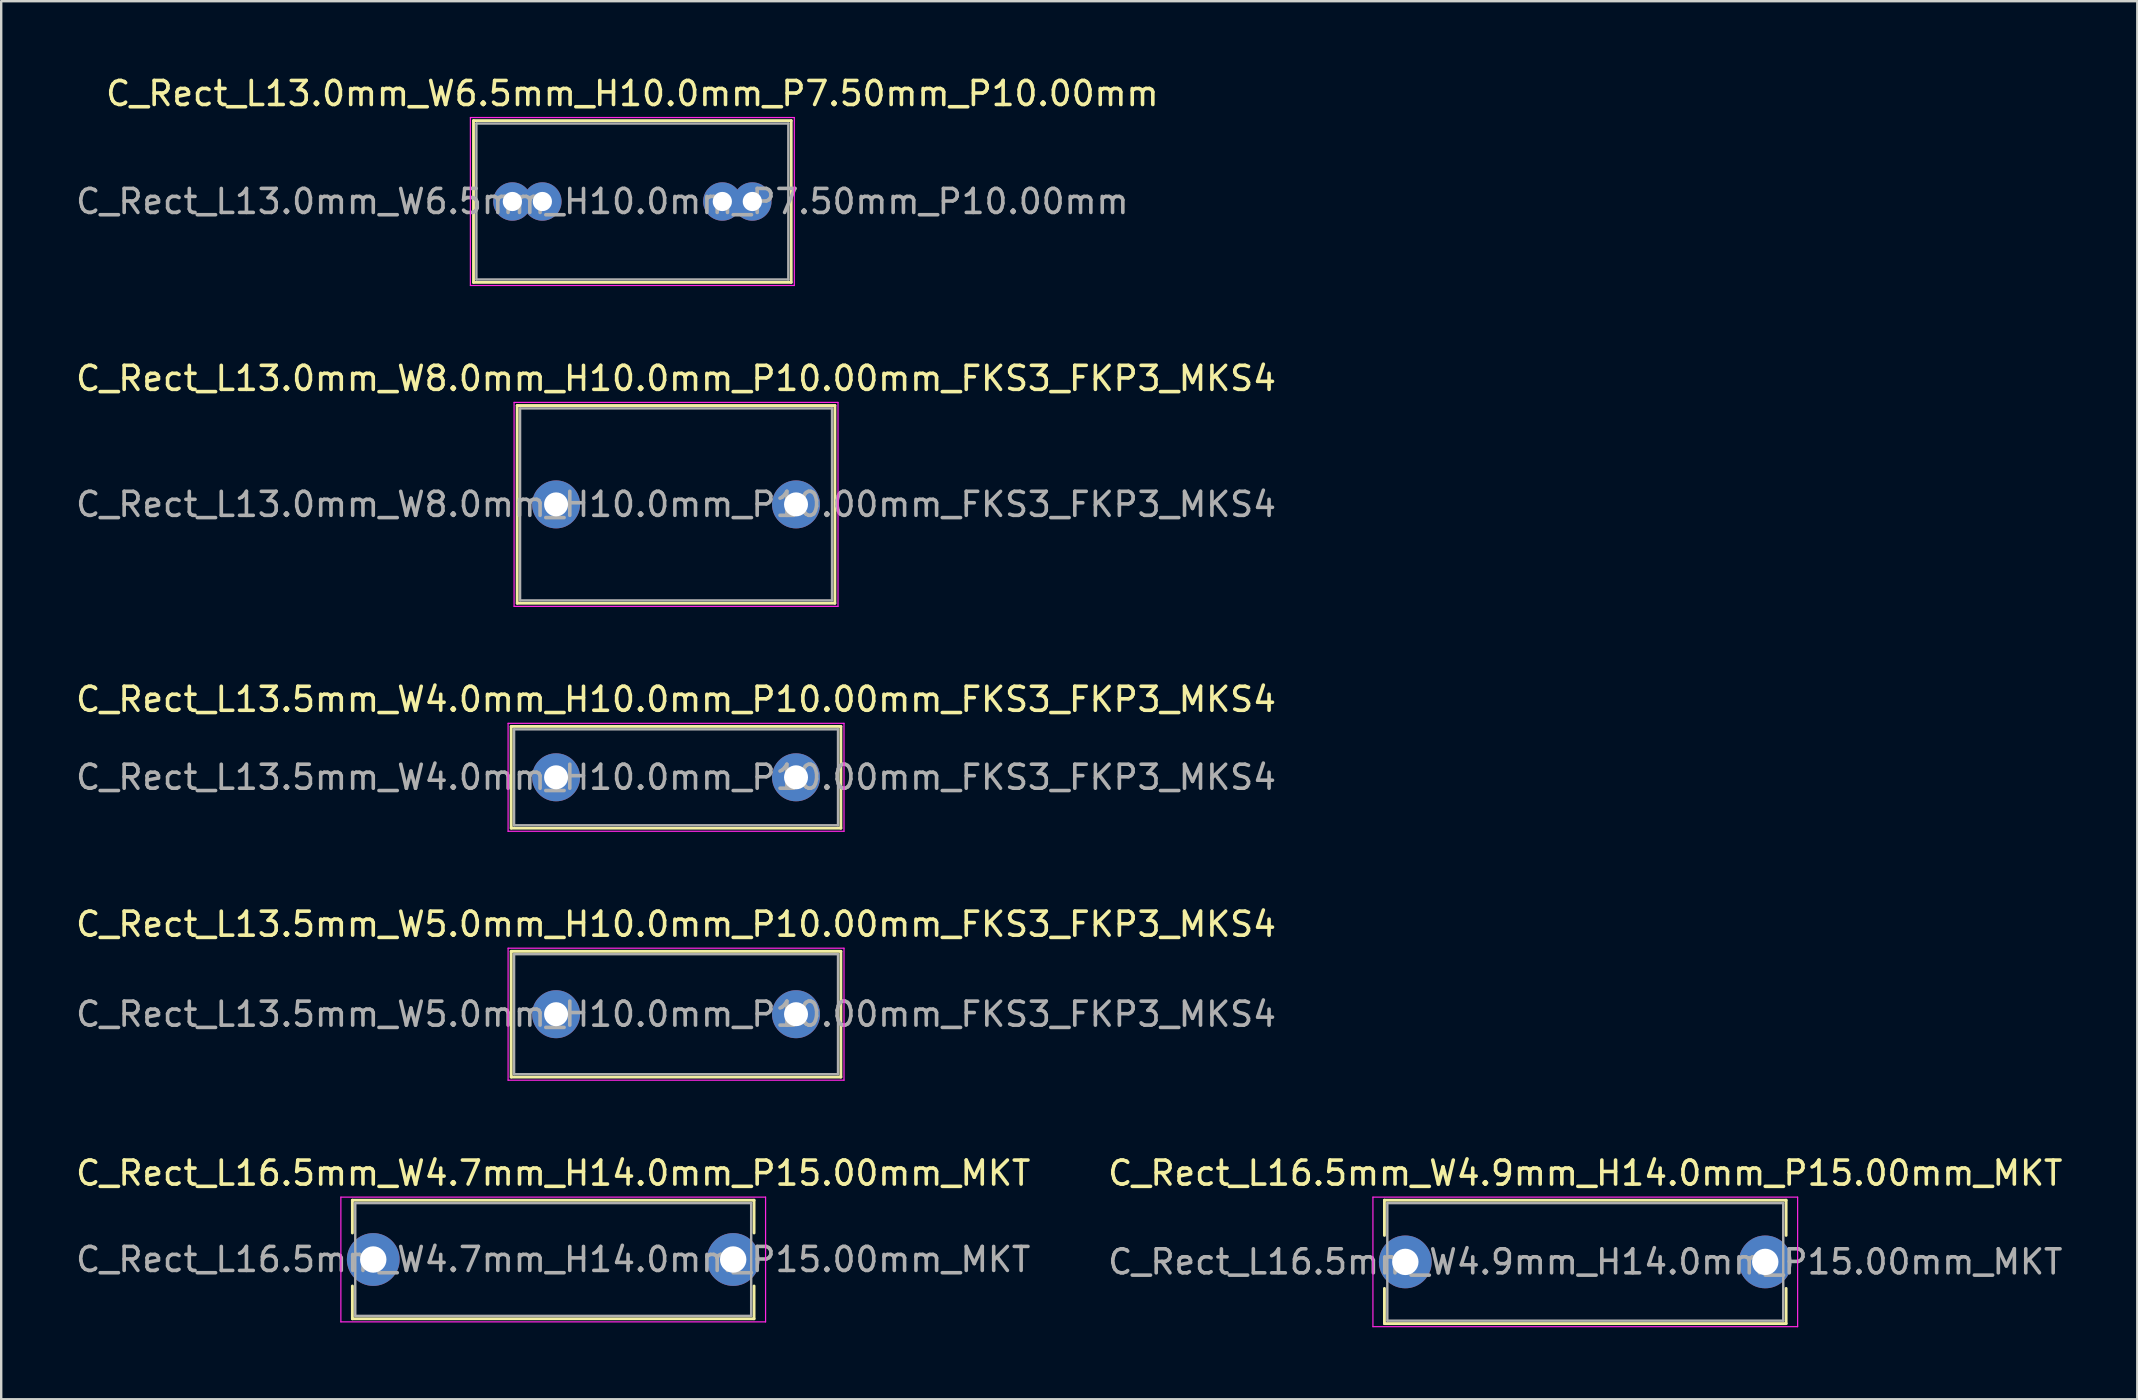
<source format=kicad_pcb>
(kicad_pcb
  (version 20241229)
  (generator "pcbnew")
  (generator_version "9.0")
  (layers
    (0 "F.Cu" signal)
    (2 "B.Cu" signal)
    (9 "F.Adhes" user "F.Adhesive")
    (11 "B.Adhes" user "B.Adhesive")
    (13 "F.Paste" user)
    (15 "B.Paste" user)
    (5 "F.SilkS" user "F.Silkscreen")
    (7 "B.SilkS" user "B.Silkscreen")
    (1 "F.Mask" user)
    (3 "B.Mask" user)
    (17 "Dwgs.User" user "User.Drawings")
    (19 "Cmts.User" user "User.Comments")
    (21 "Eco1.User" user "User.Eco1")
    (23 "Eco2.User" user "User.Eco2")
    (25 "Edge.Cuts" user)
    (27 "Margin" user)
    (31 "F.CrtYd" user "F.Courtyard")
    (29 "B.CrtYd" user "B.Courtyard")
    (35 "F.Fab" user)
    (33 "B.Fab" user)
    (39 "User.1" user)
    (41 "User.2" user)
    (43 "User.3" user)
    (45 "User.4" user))
  (footprint "C_Rect_L16.5mm_W4.9mm_H14.0mm_P15.00mm_MKT"
    (layer "F.Cu")
    (at 55.518 49.541)
    (property "Reference" "C_Rect_L16.5mm_W4.9mm_H14.0mm_P15.00mm_MKT" (at 7.5 -3.7 0) (layer "F.SilkS") (effects (font (size 1 1) (thickness 0.15))))
    (attr through_hole)
    (fp_line (start -0.87 -2.571) (end -0.87 -1.104) (stroke (width 0.12) (type solid)) (layer "F.SilkS"))
    (fp_line (start -0.87 -2.571) (end 15.87 -2.571) (stroke (width 0.12) (type solid)) (layer "F.SilkS"))
    (fp_line (start -0.87 1.104) (end -0.87 2.571) (stroke (width 0.12) (type solid)) (layer "F.SilkS"))
    (fp_line (start -0.87 2.571) (end 15.87 2.571) (stroke (width 0.12) (type solid)) (layer "F.SilkS"))
    (fp_line (start 15.87 -2.571) (end 15.87 -1.104) (stroke (width 0.12) (type solid)) (layer "F.SilkS"))
    (fp_line (start 15.87 1.104) (end 15.87 2.571) (stroke (width 0.12) (type solid)) (layer "F.SilkS"))
    (fp_line (start -1.35 -2.7) (end -1.35 2.7) (stroke (width 0.05) (type solid)) (layer "F.CrtYd"))
    (fp_line (start -1.35 2.7) (end 16.35 2.7) (stroke (width 0.05) (type solid)) (layer "F.CrtYd"))
    (fp_line (start 16.35 -2.7) (end -1.35 -2.7) (stroke (width 0.05) (type solid)) (layer "F.CrtYd"))
    (fp_line (start 16.35 2.7) (end 16.35 -2.7) (stroke (width 0.05) (type solid)) (layer "F.CrtYd"))
    (fp_line (start -0.75 -2.45) (end -0.75 2.45) (stroke (width 0.1) (type solid)) (layer "F.Fab"))
    (fp_line (start -0.75 2.45) (end 15.75 2.45) (stroke (width 0.1) (type solid)) (layer "F.Fab"))
    (fp_line (start 15.75 -2.45) (end -0.75 -2.45) (stroke (width 0.1) (type solid)) (layer "F.Fab"))
    (fp_line (start 15.75 2.45) (end 15.75 -2.45) (stroke (width 0.1) (type solid)) (layer "F.Fab"))
    (fp_text user "${REFERENCE}" (at 7.5 0 0) (layer "F.Fab") (effects (font (size 1 1) (thickness 0.15))))
    (pad "1" thru_hole circle (at 0 0) (size 2.2 2.2) (drill 1.1) (layers "*.Cu" "*.Mask"))
    (pad "2" thru_hole circle (at 15 0) (size 2.2 2.2) (drill 1.1) (layers "*.Cu" "*.Mask")))
  (footprint "C_Rect_L16.5mm_W4.7mm_H14.0mm_P15.00mm_MKT"
    (layer "F.Cu")
    (at 12.506 49.441)
    (property "Reference" "C_Rect_L16.5mm_W4.7mm_H14.0mm_P15.00mm_MKT" (at 7.5 -3.6 0) (layer "F.SilkS") (effects (font (size 1 1) (thickness 0.15))))
    (attr through_hole)
    (fp_line (start -0.87 -2.47) (end -0.87 -1.104) (stroke (width 0.12) (type solid)) (layer "F.SilkS"))
    (fp_line (start -0.87 -2.47) (end 15.87 -2.47) (stroke (width 0.12) (type solid)) (layer "F.SilkS"))
    (fp_line (start -0.87 1.104) (end -0.87 2.47) (stroke (width 0.12) (type solid)) (layer "F.SilkS"))
    (fp_line (start -0.87 2.47) (end 15.87 2.47) (stroke (width 0.12) (type solid)) (layer "F.SilkS"))
    (fp_line (start 15.87 -2.47) (end 15.87 -1.104) (stroke (width 0.12) (type solid)) (layer "F.SilkS"))
    (fp_line (start 15.87 1.104) (end 15.87 2.47) (stroke (width 0.12) (type solid)) (layer "F.SilkS"))
    (fp_line (start -1.35 -2.6) (end -1.35 2.6) (stroke (width 0.05) (type solid)) (layer "F.CrtYd"))
    (fp_line (start -1.35 2.6) (end 16.35 2.6) (stroke (width 0.05) (type solid)) (layer "F.CrtYd"))
    (fp_line (start 16.35 -2.6) (end -1.35 -2.6) (stroke (width 0.05) (type solid)) (layer "F.CrtYd"))
    (fp_line (start 16.35 2.6) (end 16.35 -2.6) (stroke (width 0.05) (type solid)) (layer "F.CrtYd"))
    (fp_line (start -0.75 -2.35) (end -0.75 2.35) (stroke (width 0.1) (type solid)) (layer "F.Fab"))
    (fp_line (start -0.75 2.35) (end 15.75 2.35) (stroke (width 0.1) (type solid)) (layer "F.Fab"))
    (fp_line (start 15.75 -2.35) (end -0.75 -2.35) (stroke (width 0.1) (type solid)) (layer "F.Fab"))
    (fp_line (start 15.75 2.35) (end 15.75 -2.35) (stroke (width 0.1) (type solid)) (layer "F.Fab"))
    (fp_text user "${REFERENCE}" (at 7.5 0 0) (layer "F.Fab") (effects (font (size 1 1) (thickness 0.15))))
    (pad "1" thru_hole circle (at 0 0) (size 2.2 2.2) (drill 1.1) (layers "*.Cu" "*.Mask"))
    (pad "2" thru_hole circle (at 15 0) (size 2.2 2.2) (drill 1.1) (layers "*.Cu" "*.Mask")))
  (footprint "C_Rect_L13.0mm_W6.5mm_H10.0mm_P7.50mm_P10.00mm"
    (layer "F.Cu")
    (at 18.304 5.348)
    (property "Reference" "C_Rect_L13.0mm_W6.5mm_H10.0mm_P7.50mm_P10.00mm" (at 5 -4.5 0) (layer "F.SilkS") (effects (font (size 1 1) (thickness 0.15))))
    (attr through_hole)
    (fp_line (start -1.62 -3.37) (end -1.62 3.37) (stroke (width 0.12) (type solid)) (layer "F.SilkS"))
    (fp_line (start -1.62 -3.37) (end 11.62 -3.37) (stroke (width 0.12) (type solid)) (layer "F.SilkS"))
    (fp_line (start -1.62 3.37) (end 11.62 3.37) (stroke (width 0.12) (type solid)) (layer "F.SilkS"))
    (fp_line (start 11.62 -3.37) (end 11.62 3.37) (stroke (width 0.12) (type solid)) (layer "F.SilkS"))
    (fp_line (start -1.75 -3.5) (end -1.75 3.5) (stroke (width 0.05) (type solid)) (layer "F.CrtYd"))
    (fp_line (start -1.75 3.5) (end 11.75 3.5) (stroke (width 0.05) (type solid)) (layer "F.CrtYd"))
    (fp_line (start 11.75 -3.5) (end -1.75 -3.5) (stroke (width 0.05) (type solid)) (layer "F.CrtYd"))
    (fp_line (start 11.75 3.5) (end 11.75 -3.5) (stroke (width 0.05) (type solid)) (layer "F.CrtYd"))
    (fp_line (start -1.5 -3.25) (end -1.5 3.25) (stroke (width 0.1) (type solid)) (layer "F.Fab"))
    (fp_line (start -1.5 3.25) (end 11.5 3.25) (stroke (width 0.1) (type solid)) (layer "F.Fab"))
    (fp_line (start 11.5 -3.25) (end -1.5 -3.25) (stroke (width 0.1) (type solid)) (layer "F.Fab"))
    (fp_line (start 11.5 3.25) (end 11.5 -3.25) (stroke (width 0.1) (type solid)) (layer "F.Fab"))
    (fp_text user "${REFERENCE}" (at 3.75 0 0) (layer "F.Fab") (effects (font (size 1 1) (thickness 0.15))))
    (pad "1" thru_hole circle (at 0 0) (size 1.6 1.6) (drill 0.8) (layers "*.Cu" "*.Mask"))
    (pad "1" thru_hole circle (at 1.25 0) (size 1.6 1.6) (drill 0.8) (layers "*.Cu" "*.Mask"))
    (pad "2" thru_hole circle (at 8.75 0) (size 1.6 1.6) (drill 0.8) (layers "*.Cu" "*.Mask"))
    (pad "2" thru_hole circle (at 10 0) (size 1.6 1.6) (drill 0.8) (layers "*.Cu" "*.Mask")))
  (footprint "C_Rect_L13.5mm_W5.0mm_H10.0mm_P10.00mm_FKS3_FKP3_MKS4"
    (layer "F.Cu")
    (at 20.125 39.218)
    (property "Reference" "C_Rect_L13.5mm_W5.0mm_H10.0mm_P10.00mm_FKS3_FKP3_MKS4" (at 5 -3.75 0) (layer "F.SilkS") (effects (font (size 1 1) (thickness 0.15))))
    (attr through_hole)
    (fp_line (start -1.87 -2.62) (end -1.87 2.62) (stroke (width 0.12) (type solid)) (layer "F.SilkS"))
    (fp_line (start -1.87 -2.62) (end 11.87 -2.62) (stroke (width 0.12) (type solid)) (layer "F.SilkS"))
    (fp_line (start -1.87 2.62) (end 11.87 2.62) (stroke (width 0.12) (type solid)) (layer "F.SilkS"))
    (fp_line (start 11.87 -2.62) (end 11.87 2.62) (stroke (width 0.12) (type solid)) (layer "F.SilkS"))
    (fp_line (start -2 -2.75) (end -2 2.75) (stroke (width 0.05) (type solid)) (layer "F.CrtYd"))
    (fp_line (start -2 2.75) (end 12 2.75) (stroke (width 0.05) (type solid)) (layer "F.CrtYd"))
    (fp_line (start 12 -2.75) (end -2 -2.75) (stroke (width 0.05) (type solid)) (layer "F.CrtYd"))
    (fp_line (start 12 2.75) (end 12 -2.75) (stroke (width 0.05) (type solid)) (layer "F.CrtYd"))
    (fp_line (start -1.75 -2.5) (end -1.75 2.5) (stroke (width 0.1) (type solid)) (layer "F.Fab"))
    (fp_line (start -1.75 2.5) (end 11.75 2.5) (stroke (width 0.1) (type solid)) (layer "F.Fab"))
    (fp_line (start 11.75 -2.5) (end -1.75 -2.5) (stroke (width 0.1) (type solid)) (layer "F.Fab"))
    (fp_line (start 11.75 2.5) (end 11.75 -2.5) (stroke (width 0.1) (type solid)) (layer "F.Fab"))
    (fp_text user "${REFERENCE}" (at 5 0 0) (layer "F.Fab") (effects (font (size 1 1) (thickness 0.15))))
    (pad "1" thru_hole circle (at 0 0) (size 2 2) (drill 1) (layers "*.Cu" "*.Mask"))
    (pad "2" thru_hole circle (at 10 0) (size 2 2) (drill 1) (layers "*.Cu" "*.Mask")))
  (footprint "C_Rect_L13.5mm_W4.0mm_H10.0mm_P10.00mm_FKS3_FKP3_MKS4"
    (layer "F.Cu")
    (at 20.125 29.345)
    (property "Reference" "C_Rect_L13.5mm_W4.0mm_H10.0mm_P10.00mm_FKS3_FKP3_MKS4" (at 5 -3.25 0) (layer "F.SilkS") (effects (font (size 1 1) (thickness 0.15))))
    (attr through_hole)
    (fp_line (start -1.87 -2.12) (end -1.87 2.12) (stroke (width 0.12) (type solid)) (layer "F.SilkS"))
    (fp_line (start -1.87 -2.12) (end 11.87 -2.12) (stroke (width 0.12) (type solid)) (layer "F.SilkS"))
    (fp_line (start -1.87 2.12) (end 11.87 2.12) (stroke (width 0.12) (type solid)) (layer "F.SilkS"))
    (fp_line (start 11.87 -2.12) (end 11.87 2.12) (stroke (width 0.12) (type solid)) (layer "F.SilkS"))
    (fp_line (start -2 -2.25) (end -2 2.25) (stroke (width 0.05) (type solid)) (layer "F.CrtYd"))
    (fp_line (start -2 2.25) (end 12 2.25) (stroke (width 0.05) (type solid)) (layer "F.CrtYd"))
    (fp_line (start 12 -2.25) (end -2 -2.25) (stroke (width 0.05) (type solid)) (layer "F.CrtYd"))
    (fp_line (start 12 2.25) (end 12 -2.25) (stroke (width 0.05) (type solid)) (layer "F.CrtYd"))
    (fp_line (start -1.75 -2) (end -1.75 2) (stroke (width 0.1) (type solid)) (layer "F.Fab"))
    (fp_line (start -1.75 2) (end 11.75 2) (stroke (width 0.1) (type solid)) (layer "F.Fab"))
    (fp_line (start 11.75 -2) (end -1.75 -2) (stroke (width 0.1) (type solid)) (layer "F.Fab"))
    (fp_line (start 11.75 2) (end 11.75 -2) (stroke (width 0.1) (type solid)) (layer "F.Fab"))
    (fp_text user "${REFERENCE}" (at 5 0 0) (layer "F.Fab") (effects (font (size 1 1) (thickness 0.15))))
    (pad "1" thru_hole circle (at 0 0) (size 2 2) (drill 1) (layers "*.Cu" "*.Mask"))
    (pad "2" thru_hole circle (at 10 0) (size 2 2) (drill 1) (layers "*.Cu" "*.Mask")))
  (footprint "C_Rect_L13.0mm_W8.0mm_H10.0mm_P10.00mm_FKS3_FKP3_MKS4"
    (layer "F.Cu")
    (at 20.125 17.971)
    (property "Reference" "C_Rect_L13.0mm_W8.0mm_H10.0mm_P10.00mm_FKS3_FKP3_MKS4" (at 5 -5.25 0) (layer "F.SilkS") (effects (font (size 1 1) (thickness 0.15))))
    (attr through_hole)
    (fp_line (start -1.62 -4.12) (end -1.62 4.12) (stroke (width 0.12) (type solid)) (layer "F.SilkS"))
    (fp_line (start -1.62 -4.12) (end 11.62 -4.12) (stroke (width 0.12) (type solid)) (layer "F.SilkS"))
    (fp_line (start -1.62 4.12) (end 11.62 4.12) (stroke (width 0.12) (type solid)) (layer "F.SilkS"))
    (fp_line (start 11.62 -4.12) (end 11.62 4.12) (stroke (width 0.12) (type solid)) (layer "F.SilkS"))
    (fp_line (start -1.75 -4.25) (end -1.75 4.25) (stroke (width 0.05) (type solid)) (layer "F.CrtYd"))
    (fp_line (start -1.75 4.25) (end 11.75 4.25) (stroke (width 0.05) (type solid)) (layer "F.CrtYd"))
    (fp_line (start 11.75 -4.25) (end -1.75 -4.25) (stroke (width 0.05) (type solid)) (layer "F.CrtYd"))
    (fp_line (start 11.75 4.25) (end 11.75 -4.25) (stroke (width 0.05) (type solid)) (layer "F.CrtYd"))
    (fp_line (start -1.5 -4) (end -1.5 4) (stroke (width 0.1) (type solid)) (layer "F.Fab"))
    (fp_line (start -1.5 4) (end 11.5 4) (stroke (width 0.1) (type solid)) (layer "F.Fab"))
    (fp_line (start 11.5 -4) (end -1.5 -4) (stroke (width 0.1) (type solid)) (layer "F.Fab"))
    (fp_line (start 11.5 4) (end 11.5 -4) (stroke (width 0.1) (type solid)) (layer "F.Fab"))
    (fp_text user "${REFERENCE}" (at 5 0 0) (layer "F.Fab") (effects (font (size 1 1) (thickness 0.15))))
    (pad "1" thru_hole circle (at 0 0) (size 2 2) (drill 1) (layers "*.Cu" "*.Mask"))
    (pad "2" thru_hole circle (at 10 0) (size 2 2) (drill 1) (layers "*.Cu" "*.Mask")))
  (gr_rect
    (start -3 -3)
    (end 86.024 55.266)
    (stroke (width 0.1) (type default))
    (fill no)
    (layer "Edge.Cuts")))
</source>
